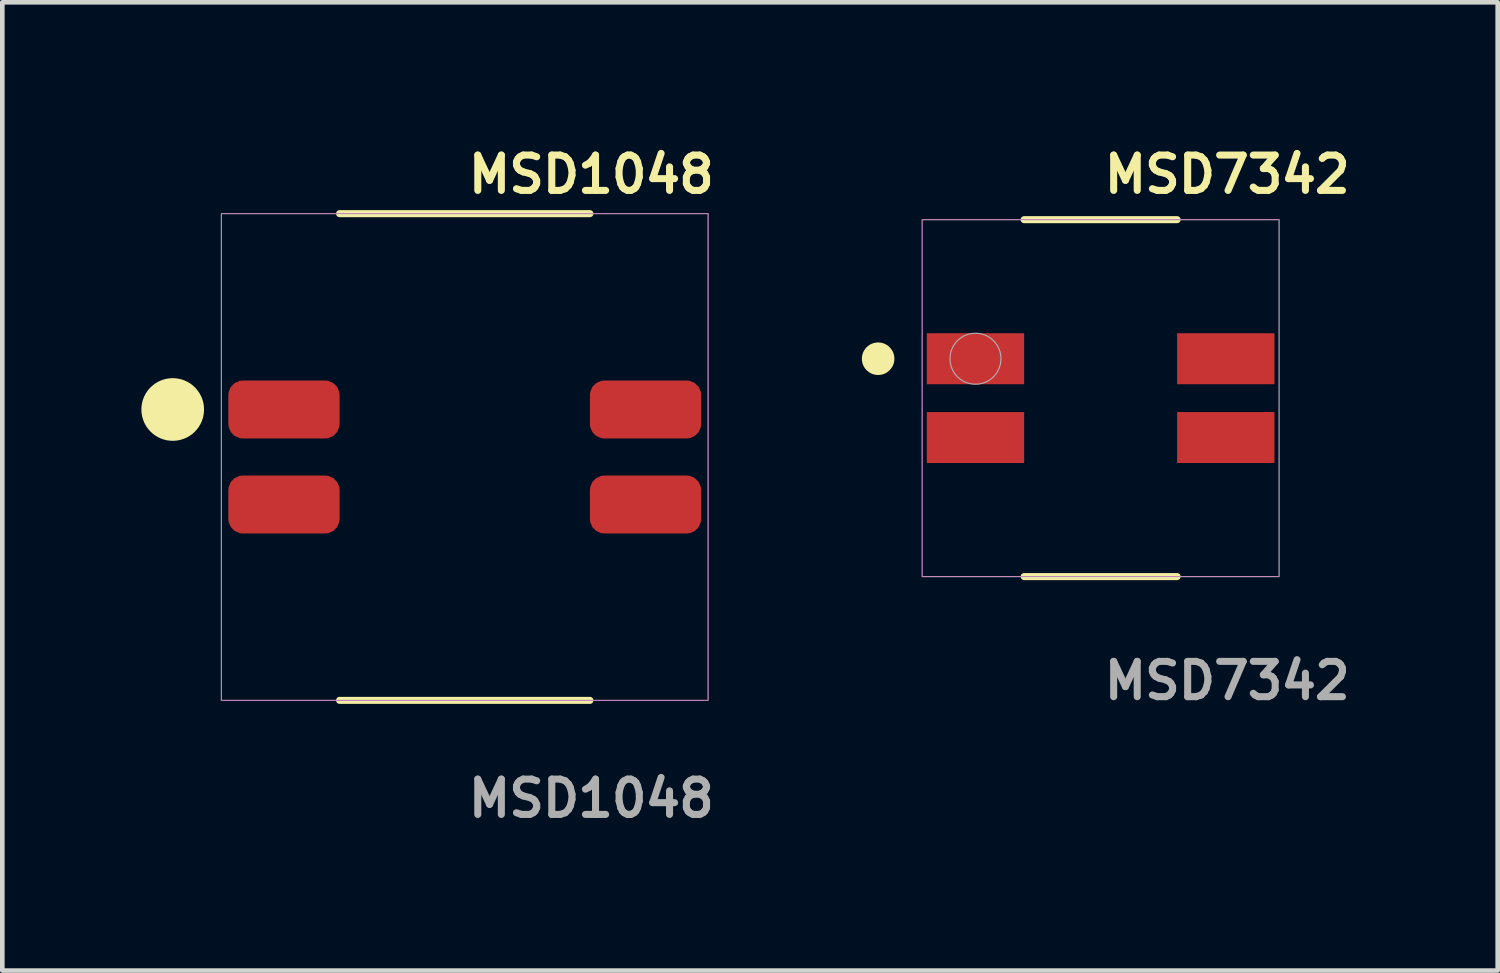
<source format=kicad_pcb>
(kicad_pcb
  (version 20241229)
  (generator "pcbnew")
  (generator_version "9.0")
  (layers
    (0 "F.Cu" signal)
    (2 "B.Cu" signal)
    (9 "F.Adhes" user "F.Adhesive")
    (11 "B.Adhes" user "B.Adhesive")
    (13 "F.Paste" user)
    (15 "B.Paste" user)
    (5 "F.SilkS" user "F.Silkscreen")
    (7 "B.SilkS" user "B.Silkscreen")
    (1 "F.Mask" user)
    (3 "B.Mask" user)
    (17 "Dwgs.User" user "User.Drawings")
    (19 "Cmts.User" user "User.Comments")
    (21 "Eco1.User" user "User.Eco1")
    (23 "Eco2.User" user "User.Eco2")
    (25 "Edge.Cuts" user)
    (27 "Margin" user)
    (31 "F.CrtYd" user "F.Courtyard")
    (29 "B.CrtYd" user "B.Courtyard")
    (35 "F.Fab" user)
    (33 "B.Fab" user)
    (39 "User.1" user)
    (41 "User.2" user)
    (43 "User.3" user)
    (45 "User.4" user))
  (footprint "MSD1048"
    (layer "F.Cu")
    (at 6.976 6.809)
    (property "Reference" "MSD1048" (at 0 -6.096 0) (unlocked yes) (layer "F.SilkS") (effects (font (size 0.762 0.762) (thickness 0.152)) (justify left)))
    (fp_line (start 2.7 -5.25) (end -2.7 -5.25) (stroke (width 0.152) (type solid)) (layer "F.SilkS"))
    (fp_line (start 2.7 5.25) (end -2.7 5.25) (stroke (width 0.152) (type solid)) (layer "F.SilkS"))
    (fp_circle (center -6.3 -1.025) (end -6.9 -1.025) (stroke (width 0.152) (type solid)) (fill yes) (layer "F.SilkS"))
    (fp_rect (start -5.25 -5.25) (end 5.25 5.25) (stroke (width 0.006) (type solid)) (fill no) (layer "F.CrtYd"))
    (fp_rect (start -5.25 -5.25) (end 5.25 5.25) (stroke (width 0.025) (type default)) (fill no) (layer "F.Fab"))
    (fp_text user "${REFERENCE}" (at 0 7.366 0) (unlocked yes) (layer "F.Fab") (effects (font (size 0.762 0.762) (thickness 0.152)) (justify left)))
    (pad "1" smd roundrect (at -3.9 -1.025) (size 2.4 1.25) (layers "F.Cu" "F.Mask" "F.Paste") (roundrect_rratio 0.25))
    (pad "2" smd roundrect (at -3.9 1.025) (size 2.4 1.25) (layers "F.Cu" "F.Mask" "F.Paste") (roundrect_rratio 0.25))
    (pad "3" smd roundrect (at 3.9 1.025) (size 2.4 1.25) (layers "F.Cu" "F.Mask" "F.Paste") (roundrect_rratio 0.25))
    (pad "4" smd roundrect (at 3.9 -1.025) (size 2.4 1.25) (layers "F.Cu" "F.Mask" "F.Paste") (roundrect_rratio 0.25)))
  (footprint "MSD7342"
    (layer "F.Cu")
    (at 20.694 5.539)
    (property "Reference" "MSD7342" (at 0 -4.826 0) (unlocked yes) (layer "F.SilkS") (effects (font (size 0.762 0.762) (thickness 0.152)) (justify left)))
    (fp_line (start 1.65 -3.85) (end -1.65 -3.85) (stroke (width 0.152) (type solid)) (layer "F.SilkS"))
    (fp_line (start 1.65 3.85) (end -1.65 3.85) (stroke (width 0.152) (type solid)) (layer "F.SilkS"))
    (fp_circle (center -4.8 -0.85) (end -5.075 -0.85) (stroke (width 0.152) (type solid)) (fill yes) (layer "F.SilkS"))
    (fp_rect (start -3.85 -3.85) (end 3.85 3.85) (stroke (width 0.006) (type solid)) (fill no) (layer "F.CrtYd"))
    (fp_rect (start -3.85 -3.85) (end 3.85 3.85) (stroke (width 0.025) (type default)) (fill no) (layer "F.Fab"))
    (fp_circle (center -2.7 -0.85) (end -2.15 -0.85) (stroke (width 0.025) (type solid)) (fill no) (layer "F.Fab"))
    (fp_text user "${REFERENCE}" (at 0 6.096 0) (unlocked yes) (layer "F.Fab") (effects (font (size 0.762 0.762) (thickness 0.152)) (justify left)))
    (pad "1" smd rect (at -2.7 -0.85) (size 2.1 1.1) (layers "F.Cu" "F.Mask" "F.Paste"))
    (pad "2" smd rect (at -2.7 0.85) (size 2.1 1.1) (layers "F.Cu" "F.Mask" "F.Paste"))
    (pad "3" smd rect (at 2.7 0.85) (size 2.1 1.1) (layers "F.Cu" "F.Mask" "F.Paste"))
    (pad "4" smd rect (at 2.7 -0.85) (size 2.1 1.1) (layers "F.Cu" "F.Mask" "F.Paste")))
  (gr_rect
    (start -3 -3)
    (end 29.26 17.888)
    (stroke (width 0.1) (type default))
    (fill no)
    (layer "Edge.Cuts")))
</source>
